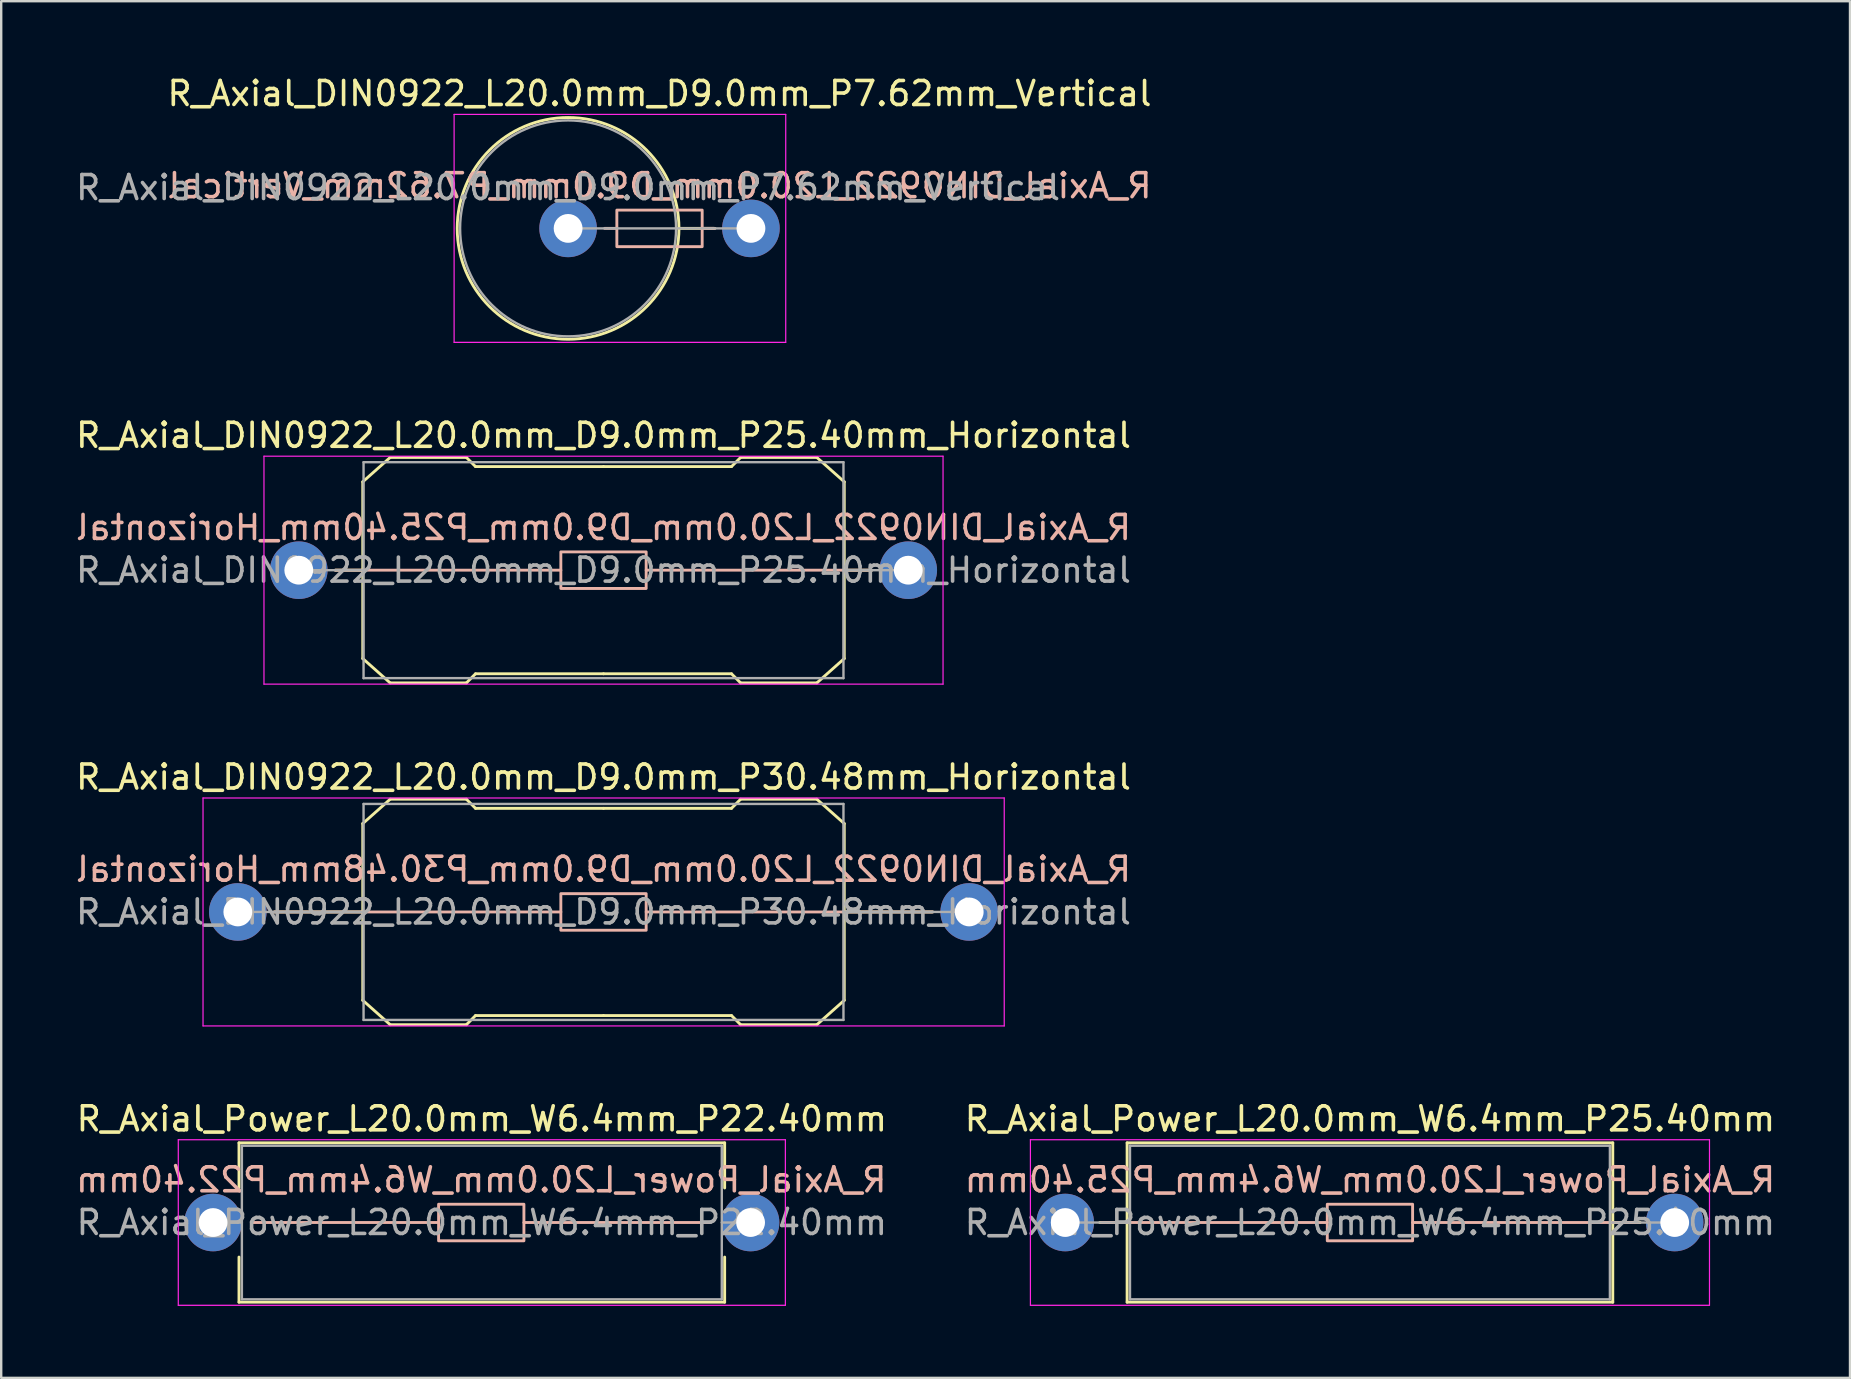
<source format=kicad_pcb>
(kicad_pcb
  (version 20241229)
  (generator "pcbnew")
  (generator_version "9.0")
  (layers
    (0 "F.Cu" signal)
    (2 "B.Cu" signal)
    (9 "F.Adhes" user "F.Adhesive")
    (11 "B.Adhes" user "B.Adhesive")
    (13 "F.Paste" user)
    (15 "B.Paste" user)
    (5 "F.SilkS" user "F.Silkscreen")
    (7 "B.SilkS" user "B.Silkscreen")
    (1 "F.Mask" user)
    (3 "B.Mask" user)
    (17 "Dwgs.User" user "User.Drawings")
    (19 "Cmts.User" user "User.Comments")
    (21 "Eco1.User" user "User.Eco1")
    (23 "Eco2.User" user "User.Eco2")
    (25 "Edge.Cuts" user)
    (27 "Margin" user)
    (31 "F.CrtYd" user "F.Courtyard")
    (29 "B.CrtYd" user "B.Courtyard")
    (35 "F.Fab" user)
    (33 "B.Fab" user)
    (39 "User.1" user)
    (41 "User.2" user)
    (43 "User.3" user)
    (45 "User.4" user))
  (footprint "R_Axial_Power_L20.0mm_W6.4mm_P25.40mm"
    (layer "F.Cu")
    (at 41.342 47.898)
    (property "Reference" "R_Axial_Power_L20.0mm_W6.4mm_P25.40mm" (at 12.7 -4.32 0) (layer "F.SilkS") (effects (font (size 1 1) (thickness 0.15))))
    (fp_line (start 1.44 0) (end 2.58 0) (stroke (width 0.12) (type solid)) (layer "F.SilkS"))
    (fp_line (start 2.58 -3.32) (end 2.58 3.32) (stroke (width 0.12) (type solid)) (layer "F.SilkS"))
    (fp_line (start 2.58 3.32) (end 22.82 3.32) (stroke (width 0.12) (type solid)) (layer "F.SilkS"))
    (fp_line (start 22.82 -3.32) (end 2.58 -3.32) (stroke (width 0.12) (type solid)) (layer "F.SilkS"))
    (fp_line (start 22.82 3.32) (end 22.82 -3.32) (stroke (width 0.12) (type solid)) (layer "F.SilkS"))
    (fp_line (start 23.96 0) (end 22.82 0) (stroke (width 0.12) (type solid)) (layer "F.SilkS"))
    (fp_line (start 10.922 0) (end 1.524 0) (stroke (width 0.12) (type solid)) (layer "B.SilkS"))
    (fp_line (start 14.478 0) (end 23.876 0) (stroke (width 0.12) (type solid)) (layer "B.SilkS"))
    (fp_rect (start 10.922 -0.762) (end 14.478 0.762) (stroke (width 0.12) (type solid)) (fill no) (layer "B.SilkS"))
    (fp_line (start -1.45 -3.45) (end -1.45 3.45) (stroke (width 0.05) (type solid)) (layer "F.CrtYd"))
    (fp_line (start -1.45 3.45) (end 26.85 3.45) (stroke (width 0.05) (type solid)) (layer "F.CrtYd"))
    (fp_line (start 26.85 -3.45) (end -1.45 -3.45) (stroke (width 0.05) (type solid)) (layer "F.CrtYd"))
    (fp_line (start 26.85 3.45) (end 26.85 -3.45) (stroke (width 0.05) (type solid)) (layer "F.CrtYd"))
    (fp_line (start 0 0) (end 2.7 0) (stroke (width 0.1) (type solid)) (layer "F.Fab"))
    (fp_line (start 2.7 -3.2) (end 2.7 3.2) (stroke (width 0.1) (type solid)) (layer "F.Fab"))
    (fp_line (start 2.7 3.2) (end 22.7 3.2) (stroke (width 0.1) (type solid)) (layer "F.Fab"))
    (fp_line (start 22.7 -3.2) (end 2.7 -3.2) (stroke (width 0.1) (type solid)) (layer "F.Fab"))
    (fp_line (start 22.7 3.2) (end 22.7 -3.2) (stroke (width 0.1) (type solid)) (layer "F.Fab"))
    (fp_line (start 25.4 0) (end 22.7 0) (stroke (width 0.1) (type solid)) (layer "F.Fab"))
    (fp_text user "${REFERENCE}" (at 12.7 -1.778 0) (layer "B.SilkS") (effects (font (size 1 1) (thickness 0.15)) (justify mirror)))
    (fp_text user "${REFERENCE}" (at 12.7 0 0) (layer "F.Fab") (effects (font (size 1 1) (thickness 0.15))))
    (pad "1" thru_hole circle (at 0 0) (size 2.4 2.4) (drill 1.2) (layers "*.Cu" "*.Mask"))
    (pad "2" thru_hole oval (at 25.4 0) (size 2.4 2.4) (drill 1.2) (layers "*.Cu" "*.Mask")))
  (footprint "R_Axial_DIN0922_L20.0mm_D9.0mm_P25.40mm_Horizontal"
    (layer "F.Cu")
    (at 9.401 20.712)
    (property "Reference" "R_Axial_DIN0922_L20.0mm_D9.0mm_P25.40mm_Horizontal" (at 12.7 -5.62 0) (layer "F.SilkS") (effects (font (size 1 1) (thickness 0.15))))
    (fp_line (start 2.667 -3.683) (end 2.667 3.683) (stroke (width 0.12) (type solid)) (layer "F.SilkS"))
    (fp_line (start 2.667 -3.683) (end 3.81 -4.699) (stroke (width 0.12) (type solid)) (layer "F.SilkS"))
    (fp_line (start 2.667 0) (end 1.524 0) (stroke (width 0.12) (type solid)) (layer "F.SilkS"))
    (fp_line (start 2.667 3.683) (end 3.81 4.699) (stroke (width 0.12) (type solid)) (layer "F.SilkS"))
    (fp_line (start 3.81 -4.699) (end 6.985 -4.699) (stroke (width 0.12) (type solid)) (layer "F.SilkS"))
    (fp_line (start 3.81 4.699) (end 6.985 4.699) (stroke (width 0.12) (type solid)) (layer "F.SilkS"))
    (fp_line (start 6.985 -4.699) (end 7.366 -4.318) (stroke (width 0.12) (type solid)) (layer "F.SilkS"))
    (fp_line (start 6.985 4.699) (end 7.366 4.318) (stroke (width 0.12) (type solid)) (layer "F.SilkS"))
    (fp_line (start 7.366 -4.318) (end 12.7 -4.318) (stroke (width 0.12) (type solid)) (layer "F.SilkS"))
    (fp_line (start 7.366 4.318) (end 12.7 4.318) (stroke (width 0.12) (type solid)) (layer "F.SilkS"))
    (fp_line (start 18.034 -4.318) (end 12.7 -4.318) (stroke (width 0.12) (type solid)) (layer "F.SilkS"))
    (fp_line (start 18.034 4.318) (end 12.7 4.318) (stroke (width 0.12) (type solid)) (layer "F.SilkS"))
    (fp_line (start 18.415 -4.699) (end 18.034 -4.318) (stroke (width 0.12) (type solid)) (layer "F.SilkS"))
    (fp_line (start 18.415 4.699) (end 18.034 4.318) (stroke (width 0.12) (type solid)) (layer "F.SilkS"))
    (fp_line (start 21.59 -4.699) (end 18.415 -4.699) (stroke (width 0.12) (type solid)) (layer "F.SilkS"))
    (fp_line (start 21.59 4.699) (end 18.415 4.699) (stroke (width 0.12) (type solid)) (layer "F.SilkS"))
    (fp_line (start 22.733 -3.683) (end 21.59 -4.699) (stroke (width 0.12) (type solid)) (layer "F.SilkS"))
    (fp_line (start 22.733 -3.683) (end 22.733 3.683) (stroke (width 0.12) (type solid)) (layer "F.SilkS"))
    (fp_line (start 22.733 0) (end 23.876 0) (stroke (width 0.12) (type solid)) (layer "F.SilkS"))
    (fp_line (start 22.733 3.683) (end 21.59 4.699) (stroke (width 0.12) (type solid)) (layer "F.SilkS"))
    (fp_line (start 10.922 0) (end 1.524 0) (stroke (width 0.12) (type solid)) (layer "B.SilkS"))
    (fp_line (start 14.478 0) (end 23.876 0) (stroke (width 0.12) (type solid)) (layer "B.SilkS"))
    (fp_rect (start 10.922 -0.762) (end 14.478 0.762) (stroke (width 0.12) (type solid)) (fill no) (layer "B.SilkS"))
    (fp_line (start -1.45 -4.75) (end -1.45 4.75) (stroke (width 0.05) (type solid)) (layer "F.CrtYd"))
    (fp_line (start -1.45 4.75) (end 26.85 4.75) (stroke (width 0.05) (type solid)) (layer "F.CrtYd"))
    (fp_line (start 26.85 -4.75) (end -1.45 -4.75) (stroke (width 0.05) (type solid)) (layer "F.CrtYd"))
    (fp_line (start 26.85 4.75) (end 26.85 -4.75) (stroke (width 0.05) (type solid)) (layer "F.CrtYd"))
    (fp_line (start 0 0) (end 2.7 0) (stroke (width 0.1) (type solid)) (layer "F.Fab"))
    (fp_line (start 2.7 -4.5) (end 2.7 4.5) (stroke (width 0.1) (type solid)) (layer "F.Fab"))
    (fp_line (start 2.7 4.5) (end 22.7 4.5) (stroke (width 0.1) (type solid)) (layer "F.Fab"))
    (fp_line (start 22.7 -4.5) (end 2.7 -4.5) (stroke (width 0.1) (type solid)) (layer "F.Fab"))
    (fp_line (start 22.7 4.5) (end 22.7 -4.5) (stroke (width 0.1) (type solid)) (layer "F.Fab"))
    (fp_line (start 25.4 0) (end 22.7 0) (stroke (width 0.1) (type solid)) (layer "F.Fab"))
    (fp_text user "${REFERENCE}" (at 12.7 -1.778 0) (layer "B.SilkS") (effects (font (size 1 1) (thickness 0.15)) (justify mirror)))
    (fp_text user "${REFERENCE}" (at 12.7 0 0) (layer "F.Fab") (effects (font (size 1 1) (thickness 0.15))))
    (pad "1" thru_hole circle (at 0 0) (size 2.4 2.4) (drill 1.2) (layers "*.Cu" "*.Mask"))
    (pad "2" thru_hole oval (at 25.4 0) (size 2.4 2.4) (drill 1.2) (layers "*.Cu" "*.Mask")))
  (footprint "R_Axial_DIN0922_L20.0mm_D9.0mm_P30.48mm_Horizontal"
    (layer "F.Cu")
    (at 6.861 34.955)
    (property "Reference" "R_Axial_DIN0922_L20.0mm_D9.0mm_P30.48mm_Horizontal" (at 15.24 -5.62 0) (layer "F.SilkS") (effects (font (size 1 1) (thickness 0.15))))
    (fp_line (start 5.207 -3.683) (end 5.207 3.683) (stroke (width 0.12) (type solid)) (layer "F.SilkS"))
    (fp_line (start 5.207 -3.683) (end 6.35 -4.699) (stroke (width 0.12) (type solid)) (layer "F.SilkS"))
    (fp_line (start 5.207 0) (end 1.524 0) (stroke (width 0.12) (type solid)) (layer "F.SilkS"))
    (fp_line (start 5.207 3.683) (end 6.35 4.699) (stroke (width 0.12) (type solid)) (layer "F.SilkS"))
    (fp_line (start 6.35 -4.699) (end 9.525 -4.699) (stroke (width 0.12) (type solid)) (layer "F.SilkS"))
    (fp_line (start 6.35 4.699) (end 9.525 4.699) (stroke (width 0.12) (type solid)) (layer "F.SilkS"))
    (fp_line (start 9.525 -4.699) (end 9.906 -4.318) (stroke (width 0.12) (type solid)) (layer "F.SilkS"))
    (fp_line (start 9.525 4.699) (end 9.906 4.318) (stroke (width 0.12) (type solid)) (layer "F.SilkS"))
    (fp_line (start 9.906 -4.318) (end 15.24 -4.318) (stroke (width 0.12) (type solid)) (layer "F.SilkS"))
    (fp_line (start 9.906 4.318) (end 15.24 4.318) (stroke (width 0.12) (type solid)) (layer "F.SilkS"))
    (fp_line (start 20.574 -4.318) (end 15.24 -4.318) (stroke (width 0.12) (type solid)) (layer "F.SilkS"))
    (fp_line (start 20.574 4.318) (end 15.24 4.318) (stroke (width 0.12) (type solid)) (layer "F.SilkS"))
    (fp_line (start 20.955 -4.699) (end 20.574 -4.318) (stroke (width 0.12) (type solid)) (layer "F.SilkS"))
    (fp_line (start 20.955 4.699) (end 20.574 4.318) (stroke (width 0.12) (type solid)) (layer "F.SilkS"))
    (fp_line (start 24.13 -4.699) (end 20.955 -4.699) (stroke (width 0.12) (type solid)) (layer "F.SilkS"))
    (fp_line (start 24.13 4.699) (end 20.955 4.699) (stroke (width 0.12) (type solid)) (layer "F.SilkS"))
    (fp_line (start 25.273 -3.683) (end 24.13 -4.699) (stroke (width 0.12) (type solid)) (layer "F.SilkS"))
    (fp_line (start 25.273 -3.683) (end 25.273 3.683) (stroke (width 0.12) (type solid)) (layer "F.SilkS"))
    (fp_line (start 25.273 0) (end 28.956 0) (stroke (width 0.12) (type solid)) (layer "F.SilkS"))
    (fp_line (start 25.273 3.683) (end 24.13 4.699) (stroke (width 0.12) (type solid)) (layer "F.SilkS"))
    (fp_line (start 13.462 0) (end 1.524 0) (stroke (width 0.12) (type solid)) (layer "B.SilkS"))
    (fp_line (start 17.018 0) (end 28.956 0) (stroke (width 0.12) (type solid)) (layer "B.SilkS"))
    (fp_rect (start 13.462 -0.762) (end 17.018 0.762) (stroke (width 0.12) (type solid)) (fill no) (layer "B.SilkS"))
    (fp_line (start -1.45 -4.75) (end -1.45 4.75) (stroke (width 0.05) (type solid)) (layer "F.CrtYd"))
    (fp_line (start -1.45 4.75) (end 31.94 4.75) (stroke (width 0.05) (type solid)) (layer "F.CrtYd"))
    (fp_line (start 31.94 -4.75) (end -1.45 -4.75) (stroke (width 0.05) (type solid)) (layer "F.CrtYd"))
    (fp_line (start 31.94 4.75) (end 31.94 -4.75) (stroke (width 0.05) (type solid)) (layer "F.CrtYd"))
    (fp_line (start 0 0) (end 5.24 0) (stroke (width 0.1) (type solid)) (layer "F.Fab"))
    (fp_line (start 5.24 -4.5) (end 5.24 4.5) (stroke (width 0.1) (type solid)) (layer "F.Fab"))
    (fp_line (start 5.24 4.5) (end 25.24 4.5) (stroke (width 0.1) (type solid)) (layer "F.Fab"))
    (fp_line (start 25.24 -4.5) (end 5.24 -4.5) (stroke (width 0.1) (type solid)) (layer "F.Fab"))
    (fp_line (start 25.24 4.5) (end 25.24 -4.5) (stroke (width 0.1) (type solid)) (layer "F.Fab"))
    (fp_line (start 30.48 0) (end 25.24 0) (stroke (width 0.1) (type solid)) (layer "F.Fab"))
    (fp_text user "${REFERENCE}" (at 15.24 -1.778 0) (layer "B.SilkS") (effects (font (size 1 1) (thickness 0.15)) (justify mirror)))
    (fp_text user "${REFERENCE}" (at 15.24 0 0) (layer "F.Fab") (effects (font (size 1 1) (thickness 0.15))))
    (pad "1" thru_hole circle (at 0 0) (size 2.4 2.4) (drill 1.2) (layers "*.Cu" "*.Mask"))
    (pad "2" thru_hole oval (at 30.48 0) (size 2.4 2.4) (drill 1.2) (layers "*.Cu" "*.Mask")))
  (footprint "R_Axial_Power_L20.0mm_W6.4mm_P22.40mm"
    (layer "F.Cu")
    (at 5.83 47.898)
    (property "Reference" "R_Axial_Power_L20.0mm_W6.4mm_P22.40mm" (at 11.2 -4.32 0) (layer "F.SilkS") (effects (font (size 1 1) (thickness 0.15))))
    (fp_line (start 1.08 -3.32) (end 21.32 -3.32) (stroke (width 0.12) (type solid)) (layer "F.SilkS"))
    (fp_line (start 1.08 -1.44) (end 1.08 -3.32) (stroke (width 0.12) (type solid)) (layer "F.SilkS"))
    (fp_line (start 1.08 1.44) (end 1.08 3.32) (stroke (width 0.12) (type solid)) (layer "F.SilkS"))
    (fp_line (start 1.08 3.32) (end 21.32 3.32) (stroke (width 0.12) (type solid)) (layer "F.SilkS"))
    (fp_line (start 21.32 -3.32) (end 21.32 -1.44) (stroke (width 0.12) (type solid)) (layer "F.SilkS"))
    (fp_line (start 21.32 3.32) (end 21.32 1.44) (stroke (width 0.12) (type solid)) (layer "F.SilkS"))
    (fp_line (start 9.398 0) (end 1.651 0) (stroke (width 0.12) (type solid)) (layer "B.SilkS"))
    (fp_line (start 20.701 0) (end 12.954 0) (stroke (width 0.12) (type solid)) (layer "B.SilkS"))
    (fp_rect (start 9.398 -0.762) (end 12.954 0.762) (stroke (width 0.12) (type solid)) (fill no) (layer "B.SilkS"))
    (fp_line (start -1.45 -3.45) (end -1.45 3.45) (stroke (width 0.05) (type solid)) (layer "F.CrtYd"))
    (fp_line (start -1.45 3.45) (end 23.85 3.45) (stroke (width 0.05) (type solid)) (layer "F.CrtYd"))
    (fp_line (start 23.85 -3.45) (end -1.45 -3.45) (stroke (width 0.05) (type solid)) (layer "F.CrtYd"))
    (fp_line (start 23.85 3.45) (end 23.85 -3.45) (stroke (width 0.05) (type solid)) (layer "F.CrtYd"))
    (fp_line (start 0 0) (end 1.2 0) (stroke (width 0.1) (type solid)) (layer "F.Fab"))
    (fp_line (start 1.2 -3.2) (end 1.2 3.2) (stroke (width 0.1) (type solid)) (layer "F.Fab"))
    (fp_line (start 1.2 3.2) (end 21.2 3.2) (stroke (width 0.1) (type solid)) (layer "F.Fab"))
    (fp_line (start 21.2 -3.2) (end 1.2 -3.2) (stroke (width 0.1) (type solid)) (layer "F.Fab"))
    (fp_line (start 21.2 3.2) (end 21.2 -3.2) (stroke (width 0.1) (type solid)) (layer "F.Fab"))
    (fp_line (start 22.4 0) (end 21.2 0) (stroke (width 0.1) (type solid)) (layer "F.Fab"))
    (fp_text user "${REFERENCE}" (at 11.176 -1.778 0) (layer "B.SilkS") (effects (font (size 1 1) (thickness 0.15)) (justify mirror)))
    (fp_text user "${REFERENCE}" (at 11.2 0 0) (layer "F.Fab") (effects (font (size 1 1) (thickness 0.15))))
    (pad "1" thru_hole circle (at 0 0) (size 2.4 2.4) (drill 1.2) (layers "*.Cu" "*.Mask"))
    (pad "2" thru_hole oval (at 22.4 0) (size 2.4 2.4) (drill 1.2) (layers "*.Cu" "*.Mask")))
  (footprint "R_Axial_DIN0922_L20.0mm_D9.0mm_P7.62mm_Vertical"
    (layer "F.Cu")
    (at 20.625 6.468)
    (property "Reference" "R_Axial_DIN0922_L20.0mm_D9.0mm_P7.62mm_Vertical" (at 3.81 -5.62 0) (layer "F.SilkS") (effects (font (size 1 1) (thickness 0.15))))
    (fp_line (start 4.62 0) (end 6.12 0) (stroke (width 0.12) (type solid)) (layer "F.SilkS"))
    (fp_circle (center 0 0) (end 4.62 0) (stroke (width 0.12) (type solid)) (fill no) (layer "F.SilkS"))
    (fp_line (start 2.032 0) (end 1.524 0) (stroke (width 0.12) (type solid)) (layer "B.SilkS"))
    (fp_line (start 5.588 0) (end 6.096 0) (stroke (width 0.12) (type solid)) (layer "B.SilkS"))
    (fp_rect (start 2.032 -0.762) (end 5.588 0.762) (stroke (width 0.12) (type solid)) (fill no) (layer "B.SilkS"))
    (fp_line (start -4.75 -4.75) (end -4.75 4.75) (stroke (width 0.05) (type solid)) (layer "F.CrtYd"))
    (fp_line (start -4.75 4.75) (end 9.07 4.75) (stroke (width 0.05) (type solid)) (layer "F.CrtYd"))
    (fp_line (start 9.07 -4.75) (end -4.75 -4.75) (stroke (width 0.05) (type solid)) (layer "F.CrtYd"))
    (fp_line (start 9.07 4.75) (end 9.07 -4.75) (stroke (width 0.05) (type solid)) (layer "F.CrtYd"))
    (fp_line (start 0 0) (end 7.62 0) (stroke (width 0.1) (type solid)) (layer "F.Fab"))
    (fp_circle (center 0 0) (end 4.5 0) (stroke (width 0.1) (type solid)) (fill no) (layer "F.Fab"))
    (fp_text user "${REFERENCE}" (at 3.81 -1.778 0) (layer "B.SilkS") (effects (font (size 1 1) (thickness 0.15)) (justify mirror)))
    (fp_text user "${REFERENCE}" (at 0 -1.7 0) (layer "F.Fab") (effects (font (size 1 1) (thickness 0.15))))
    (pad "1" thru_hole circle (at 0 0) (size 2.4 2.4) (drill 1.2) (layers "*.Cu" "*.Mask"))
    (pad "2" thru_hole oval (at 7.62 0) (size 2.4 2.4) (drill 1.2) (layers "*.Cu" "*.Mask")))
  (gr_rect
    (start -3 -3)
    (end 74.048 54.373)
    (stroke (width 0.1) (type default))
    (fill no)
    (layer "Edge.Cuts")))
</source>
